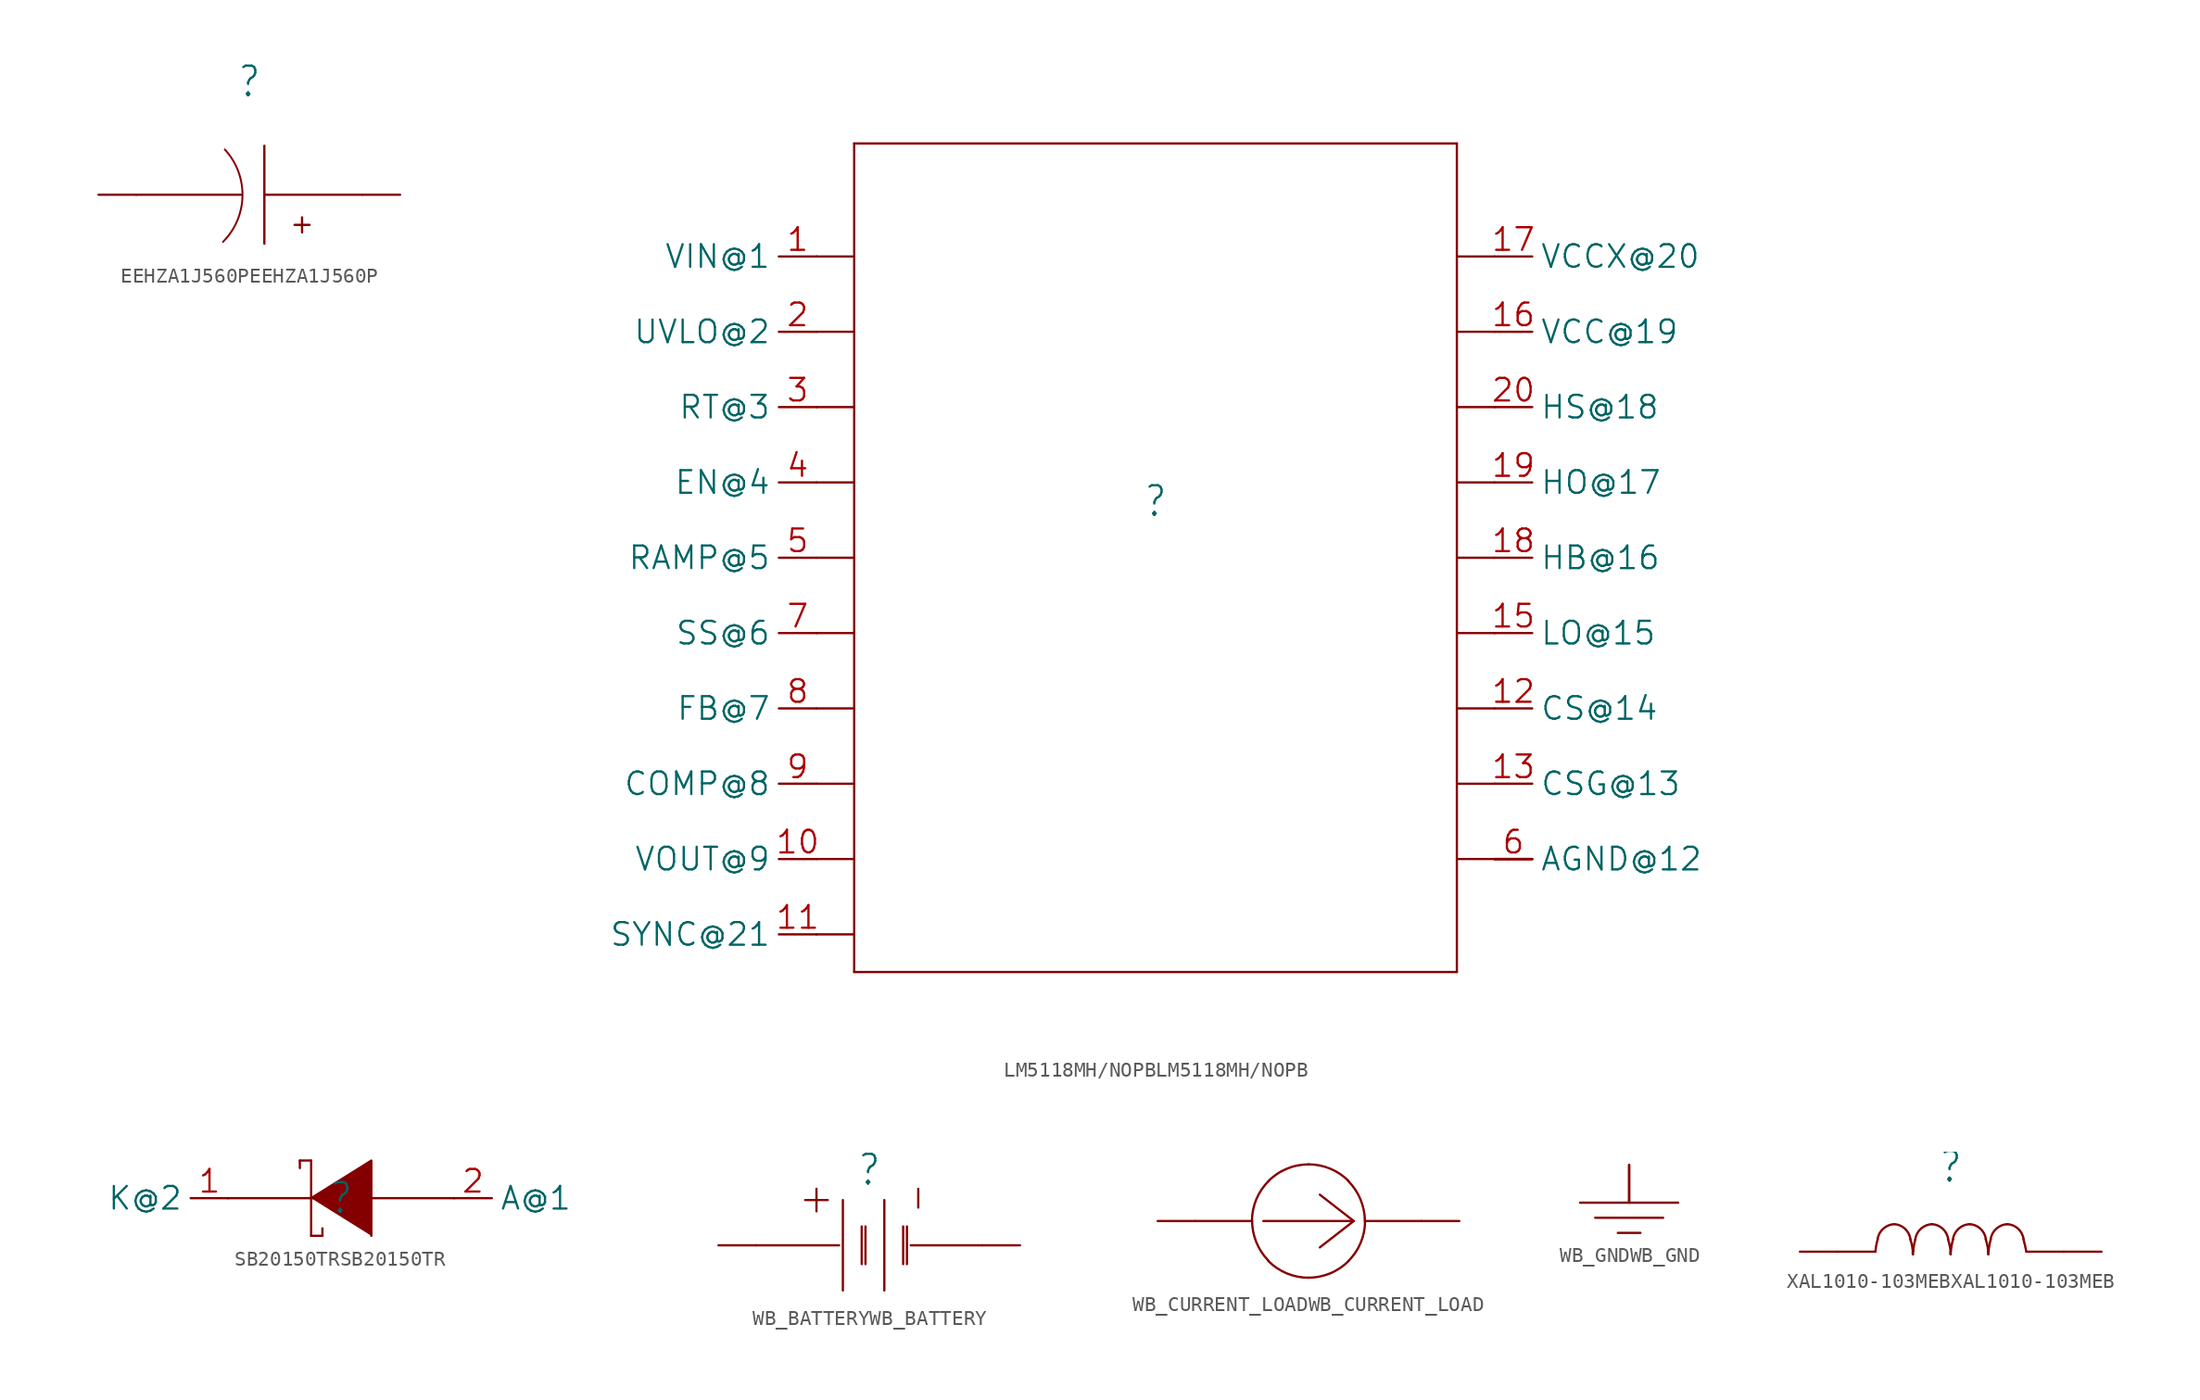
<source format=kicad_sym>
(kicad_symbol_lib
  (version 20241209)
  (generator "kicad_symbol_editor")
  (generator_version "9.0")
  (symbol "EEHZA1J560PEEHZA1J560P"
    (property "Reference" ""
      (at 0 7.62 0)
      (effects (font (size 2 1.7))))
    (property "Value" ""
      (at 0 5.08 0)
      (effects (font (size 2 1.7))))
    (property "ki_locked" ""
      (at 0 0 0)
      (effects (font (size 1.27 1.27))))
    (symbol "EEHZA1J560PEEHZA1J560P_1_0"
      (polyline (pts (xy -7.62 0) (xy -0.508 0)) (stroke (width 0.152) (type solid)) (fill (type none)))
      (arc (start -1.6494 3.0494) (mid -0.458 -0.0899) (end -1.7739 -3.179) (stroke (width 0.127) (type solid)) (fill (type none)))
      (polyline (pts (xy 1.016 0) (xy 7.62 0)) (stroke (width 0.152) (type solid)) (fill (type none)))
      (polyline (pts (xy 1.016 -3.302) (xy 1.016 3.302)) (stroke (width 0.152) (type solid)) (fill (type none)))
      (polyline (pts (xy 3.048 -2.032) (xy 4.064 -2.032)) (stroke (width 0.152) (type solid)) (fill (type none)))
      (polyline (pts (xy 3.556 -2.54) (xy 3.556 -1.524)) (stroke (width 0.152) (type solid)) (fill (type none)))
      (pin passive line (at -7.62 0 180) (length 2.54) (name "-@2" (effects (font (size 0 0)))) (number "2" (effects (font (size 0 0)))))
      (pin passive line (at 7.62 0 0) (length 2.54) (name "+@1" (effects (font (size 0 0)))) (number "1" (effects (font (size 0 0)))))))
  (symbol "LM5118MH/NOPBLM5118MH/NOPB"
    (property "Reference" ""
      (at 0 3.81 0)
      (effects (font (size 2 1.7))))
    (property "Value" ""
      (at 0 -3.81 0)
      (effects (font (size 2 1.7))))
    (property "ki_locked" ""
      (at 0 0 0)
      (effects (font (size 1.27 1.27))))
    (symbol "LM5118MH/NOPBLM5118MH/NOPB_1_0"
      (polyline (pts (xy -22.86 20.32) (xy -20.32 20.32)) (stroke (width 0.152) (type solid)) (fill (type none)))
      (polyline (pts (xy -22.86 15.24) (xy -20.32 15.24)) (stroke (width 0.152) (type solid)) (fill (type none)))
      (polyline (pts (xy -22.86 10.16) (xy -20.32 10.16)) (stroke (width 0.152) (type solid)) (fill (type none)))
      (polyline (pts (xy -22.86 5.08) (xy -20.32 5.08)) (stroke (width 0.152) (type solid)) (fill (type none)))
      (polyline (pts (xy -22.86 0) (xy -20.32 0)) (stroke (width 0.152) (type solid)) (fill (type none)))
      (polyline (pts (xy -22.86 -5.08) (xy -20.32 -5.08)) (stroke (width 0.152) (type solid)) (fill (type none)))
      (polyline (pts (xy -22.86 -10.16) (xy -20.32 -10.16)) (stroke (width 0.152) (type solid)) (fill (type none)))
      (polyline (pts (xy -22.86 -15.24) (xy -20.32 -15.24)) (stroke (width 0.152) (type solid)) (fill (type none)))
      (polyline (pts (xy -22.86 -20.32) (xy -20.32 -20.32)) (stroke (width 0.152) (type solid)) (fill (type none)))
      (polyline (pts (xy -22.86 -25.4) (xy -20.32 -25.4)) (stroke (width 0.152) (type solid)) (fill (type none)))
      (polyline (pts (xy -20.32 27.94) (xy 20.32 27.94)) (stroke (width 0.152) (type solid)) (fill (type none)))
      (polyline (pts (xy -20.32 -27.94) (xy -20.32 27.94)) (stroke (width 0.152) (type solid)) (fill (type none)))
      (polyline (pts (xy 20.32 27.94) (xy 20.32 -27.94)) (stroke (width 0.152) (type solid)) (fill (type none)))
      (polyline (pts (xy 20.32 -27.94) (xy -20.32 -27.94)) (stroke (width 0.152) (type solid)) (fill (type none)))
      (polyline (pts (xy 22.86 20.32) (xy 20.32 20.32)) (stroke (width 0.152) (type solid)) (fill (type none)))
      (polyline (pts (xy 22.86 15.24) (xy 20.32 15.24)) (stroke (width 0.152) (type solid)) (fill (type none)))
      (polyline (pts (xy 22.86 10.16) (xy 20.32 10.16)) (stroke (width 0.152) (type solid)) (fill (type none)))
      (polyline (pts (xy 22.86 5.08) (xy 20.32 5.08)) (stroke (width 0.152) (type solid)) (fill (type none)))
      (polyline (pts (xy 22.86 0) (xy 20.32 0)) (stroke (width 0.152) (type solid)) (fill (type none)))
      (polyline (pts (xy 22.86 -5.08) (xy 20.32 -5.08)) (stroke (width 0.152) (type solid)) (fill (type none)))
      (polyline (pts (xy 22.86 -10.16) (xy 20.32 -10.16)) (stroke (width 0.152) (type solid)) (fill (type none)))
      (polyline (pts (xy 22.86 -15.24) (xy 20.32 -15.24)) (stroke (width 0.152) (type solid)) (fill (type none)))
      (polyline (pts (xy 22.86 -20.32) (xy 20.32 -20.32)) (stroke (width 0.152) (type solid)) (fill (type none)))
      (pin passive line (at -22.86 20.32 180) (length 2.54) (name "VIN@1" (effects (font (size 1.524 1.524)))) (number "1" (effects (font (size 1.524 1.524)))))
      (pin passive line (at -22.86 15.24 180) (length 2.54) (name "UVLO@2" (effects (font (size 1.524 1.524)))) (number "2" (effects (font (size 1.524 1.524)))))
      (pin passive line (at -22.86 10.16 180) (length 2.54) (name "RT@3" (effects (font (size 1.524 1.524)))) (number "3" (effects (font (size 1.524 1.524)))))
      (pin passive line (at -22.86 5.08 180) (length 2.54) (name "EN@4" (effects (font (size 1.524 1.524)))) (number "4" (effects (font (size 1.524 1.524)))))
      (pin passive line (at -22.86 0 180) (length 2.54) (name "RAMP@5" (effects (font (size 1.524 1.524)))) (number "5" (effects (font (size 1.524 1.524)))))
      (pin passive line (at -22.86 -5.08 180) (length 2.54) (name "SS@6" (effects (font (size 1.524 1.524)))) (number "7" (effects (font (size 1.524 1.524)))))
      (pin passive line (at -22.86 -10.16 180) (length 2.54) (name "FB@7" (effects (font (size 1.524 1.524)))) (number "8" (effects (font (size 1.524 1.524)))))
      (pin passive line (at -22.86 -15.24 180) (length 2.54) (name "COMP@8" (effects (font (size 1.524 1.524)))) (number "9" (effects (font (size 1.524 1.524)))))
      (pin passive line (at -22.86 -20.32 180) (length 2.54) (name "VOUT@9" (effects (font (size 1.524 1.524)))) (number "10" (effects (font (size 1.524 1.524)))))
      (pin passive line (at -22.86 -25.4 180) (length 2.54) (name "SYNC@21" (effects (font (size 1.524 1.524)))) (number "11" (effects (font (size 1.524 1.524)))))
      (pin passive line (at 22.86 20.32 0) (length 2.54) (name "VCCX@20" (effects (font (size 1.524 1.524)))) (number "17" (effects (font (size 1.524 1.524)))))
      (pin passive line (at 22.86 15.24 0) (length 2.54) (name "VCC@19" (effects (font (size 1.524 1.524)))) (number "16" (effects (font (size 1.524 1.524)))))
      (pin passive line (at 22.86 10.16 0) (length 2.54) (name "HS@18" (effects (font (size 1.524 1.524)))) (number "20" (effects (font (size 1.524 1.524)))))
      (pin passive line (at 22.86 5.08 0) (length 2.54) (name "HO@17" (effects (font (size 1.524 1.524)))) (number "19" (effects (font (size 1.524 1.524)))))
      (pin passive line (at 22.86 0 0) (length 2.54) (name "HB@16" (effects (font (size 1.524 1.524)))) (number "18" (effects (font (size 1.524 1.524)))))
      (pin passive line (at 22.86 -5.08 0) (length 2.54) (name "LO@15" (effects (font (size 1.524 1.524)))) (number "15" (effects (font (size 1.524 1.524)))))
      (pin passive line (at 22.86 -10.16 0) (length 2.54) (name "CS@14" (effects (font (size 1.524 1.524)))) (number "12" (effects (font (size 1.524 1.524)))))
      (pin passive line (at 22.86 -15.24 0) (length 2.54) (name "CSG@13" (effects (font (size 1.524 1.524)))) (number "13" (effects (font (size 1.524 1.524)))))
      (pin passive line (at 22.86 -20.32 0) (length 2.54) (name "PGND@11" (effects (font (size 0 0)))) (number "14" (effects (font (size 0 0)))))
      (pin passive line (at 22.86 -20.32 0) (length 2.54) (name "EP@10" (effects (font (size 0 0)))) (number "21" (effects (font (size 0 0)))))
      (pin passive line (at 22.86 -20.32 0) (length 2.54) (name "AGND@12" (effects (font (size 1.524 1.524)))) (number "6" (effects (font (size 1.524 1.524)))))))
  (symbol "SB20150TRSB20150TR"
    (property "Reference" ""
      (at 0 0 0)
      (effects (font (size 2 1.7))))
    (property "Value" ""
      (at 0 0 0)
      (effects (font (size 2 1.7))))
    (property "ki_locked" ""
      (at 0 0 0)
      (effects (font (size 1.27 1.27))))
    (symbol "SB20150TRSB20150TR_1_0"
      (polyline (pts (xy -7.62 0) (xy 7.62 0)) (stroke (width 0.152) (type solid)) (fill (type none)))
      (polyline (pts (xy -2.794 2.54) (xy -2.032 2.54)) (stroke (width 0.152) (type solid)) (fill (type none)))
      (polyline (pts (xy -2.794 2.032) (xy -2.794 2.54)) (stroke (width 0.152) (type solid)) (fill (type none)))
      (polyline (pts (xy -2.032 2.54) (xy -2.032 -2.54)) (stroke (width 0.152) (type solid)) (fill (type none)))
      (polyline (pts (xy -2.032 0) (xy 2.032 2.54) (xy 2.032 -2.54)) (stroke (width 0.152) (type solid)) (fill (type outline)))
      (polyline (pts (xy -2.032 -2.54) (xy -1.27 -2.54)) (stroke (width 0.152) (type solid)) (fill (type none)))
      (polyline (pts (xy -1.27 -2.54) (xy -1.27 -2.032)) (stroke (width 0.152) (type solid)) (fill (type none)))
      (pin passive line (at -7.62 0 180) (length 2.54) (name "K@2" (effects (font (size 1.524 1.524)))) (number "1" (effects (font (size 1.524 1.524)))))
      (pin passive line (at 7.62 0 0) (length 2.54) (name "A@1" (effects (font (size 1.524 1.524)))) (number "2" (effects (font (size 1.524 1.524)))))))
  (symbol "WB_BATTERYWB_BATTERY"
    (property "Reference" ""
      (at 0 5.08 0)
      (effects (font (size 2 1.7))))
    (property "ki_locked" ""
      (at 0 0 0)
      (effects (font (size 1.27 1.27))))
    (symbol "WB_BATTERYWB_BATTERY_1_0"
      (polyline (pts (xy -3.556 2.286) (xy -3.556 3.81)) (stroke (width 0.152) (type solid)) (fill (type none)))
      (polyline (pts (xy -2.794 3.048) (xy -4.318 3.048)) (stroke (width 0.152) (type solid)) (fill (type none)))
      (polyline (pts (xy -2.032 0) (xy -7.62 0)) (stroke (width 0.152) (type solid)) (fill (type none)))
      (polyline (pts (xy -1.778 -3.048) (xy -1.778 3.048)) (stroke (width 0.152) (type solid)) (fill (type none)))
      (polyline (pts (xy -0.508 -1.27) (xy -0.508 1.27)) (stroke (width 0.152) (type solid)) (fill (type none)))
      (polyline (pts (xy -0.254 -1.27) (xy -0.254 1.27)) (stroke (width 0.152) (type solid)) (fill (type none)))
      (polyline (pts (xy 1.016 -3.048) (xy 1.016 3.048)) (stroke (width 0.152) (type solid)) (fill (type none)))
      (polyline (pts (xy 2.286 -1.27) (xy 2.286 1.27)) (stroke (width 0.152) (type solid)) (fill (type none)))
      (polyline (pts (xy 2.54 -1.27) (xy 2.54 1.27)) (stroke (width 0.152) (type solid)) (fill (type none)))
      (polyline (pts (xy 3.302 2.54) (xy 3.302 3.81)) (stroke (width 0.152) (type solid)) (fill (type none)))
      (polyline (pts (xy 7.62 0) (xy 2.794 0)) (stroke (width 0.152) (type solid)) (fill (type none)))
      (pin passive line (at -7.62 0 180) (length 2.54) (name "+@1" (effects (font (size 0 0)))) (number "1" (effects (font (size 0 0)))))
      (pin passive line (at 7.62 0 0) (length 2.54) (name "-@2" (effects (font (size 0 0)))) (number "2" (effects (font (size 0 0)))))))
  (symbol "WB_CURRENT_LOADWB_CURRENT_LOAD"
    (property "Reference" ""
      (at 0 0 0)
      (effects (font (size 1.27 1.27)) (hide yes)))
    (property "ki_locked" ""
      (at 0 0 0)
      (effects (font (size 1.27 1.27))))
    (symbol "WB_CURRENT_LOADWB_CURRENT_LOAD_1_0"
      (polyline (pts (xy -3.81 0) (xy -7.62 0)) (stroke (width 0.152) (type solid)) (fill (type none)))
      (arc (start 2.6864 2.6863) (mid 3.5066 1.4522) (end 3.8014 0) (stroke (width 0.1524) (type solid)) (fill (type none)))
      (arc (start -3.8068 0) (mid -3.5196 1.4576) (end -2.6902 2.6901) (stroke (width 0.1524) (type solid)) (fill (type none)))
      (arc (start -2.6967 2.6966) (mid -1.4606 3.5268) (end 0 3.816) (stroke (width 0.1524) (type solid)) (fill (type none)))
      (arc (start 0.0001 3.8219) (mid 1.4615 3.5289) (end 2.7008 2.7008) (stroke (width 0.1524) (type solid)) (fill (type none)))
      (arc (start -0.0001 -3.8219) (mid -1.4615 -3.5289) (end -2.7008 -2.7008) (stroke (width 0.1524) (type solid)) (fill (type none)))
      (arc (start 2.6967 -2.6966) (mid 1.4606 -3.5268) (end 0 -3.816) (stroke (width 0.1524) (type solid)) (fill (type none)))
      (arc (start 3.8068 0) (mid 3.5196 -1.4576) (end 2.6902 -2.6901) (stroke (width 0.1524) (type solid)) (fill (type none)))
      (arc (start -2.6864 -2.6863) (mid -3.5066 -1.4522) (end -3.8014 0) (stroke (width 0.1524) (type solid)) (fill (type none)))
      (polyline (pts (xy 0.762 1.778) (xy 3.048 0)) (stroke (width 0.152) (type solid)) (fill (type none)))
      (polyline (pts (xy 0.762 -1.778) (xy 3.048 0)) (stroke (width 0.152) (type solid)) (fill (type none)))
      (polyline (pts (xy 3.048 0) (xy -3.048 0)) (stroke (width 0.152) (type solid)) (fill (type none)))
      (polyline (pts (xy 7.62 0) (xy 3.81 0)) (stroke (width 0.152) (type solid)) (fill (type none)))
      (pin passive line (at -7.62 0 180) (length 2.54) (name "+@1" (effects (font (size 0 0)))) (number "1" (effects (font (size 0 0)))))
      (pin passive line (at 7.62 0 0) (length 2.54) (name "-@2" (effects (font (size 0 0)))) (number "2" (effects (font (size 0 0)))))))
  (symbol "WB_GNDWB_GND"
    (property "Reference" ""
      (at 0 0 0)
      (effects (font (size 1.27 1.27)) (hide yes)))
    (property "ki_locked" ""
      (at 0 0 0)
      (effects (font (size 1.27 1.27))))
    (symbol "WB_GNDWB_GND_1_0"
      (polyline (pts (xy -3.302 0) (xy 3.302 0)) (stroke (width 0.152) (type solid)) (fill (type none)))
      (polyline (pts (xy -2.286 -1.016) (xy 2.286 -1.016)) (stroke (width 0.152) (type solid)) (fill (type none)))
      (polyline (pts (xy -0.762 -2.032) (xy 0.762 -2.032)) (stroke (width 0.152) (type solid)) (fill (type none)))
      (polyline (pts (xy 0 2.54) (xy 0 0)) (stroke (width 0.152) (type solid)) (fill (type none)))
      (pin passive line (at 0 2.54 270) (length 2.54) (name "1@1" (effects (font (size 0 0)))) (number "1" (effects (font (size 0 0)))))))
  (symbol "XAL1010-103MEBXAL1010-103MEB"
    (property "Reference" ""
      (at 0 5.715 0)
      (effects (font (size 2 1.7))))
    (property "Value" ""
      (at 0 3.175 0)
      (effects (font (size 2 1.7))))
    (property "ki_locked" ""
      (at 0 0 0)
      (effects (font (size 1.27 1.27))))
    (symbol "XAL1010-103MEBXAL1010-103MEB_1_0"
      (arc (start 4.9041 0.8386) (mid 4.9975 0.4586) (end 5.0819 0.0765) (stroke (width 0.1524) (type solid)) (fill (type none)))
      (polyline (pts (xy -7.62 0) (xy -5.08 0)) (stroke (width 0.152) (type solid)) (fill (type none)))
      (arc (start -2.722 0.8367) (mid -2.594 0.3363) (end -2.5444 -0.1778) (stroke (width 0.1524) (type solid)) (fill (type none)))
      (arc (start -3.8098 1.8565) (mid -3.0786 1.5453) (end -2.7155 0.8384) (stroke (width 0.1524) (type solid)) (fill (type none)))
      (arc (start -4.9292 0.8384) (mid -4.5513 1.547) (end -3.81 1.8559) (stroke (width 0.1524) (type solid)) (fill (type none)))
      (arc (start -0.182 0.8367) (mid -0.054 0.3363) (end -0.0044 -0.1778) (stroke (width 0.1524) (type solid)) (fill (type none)))
      (arc (start -2.5449 -0.1803) (mid -2.5666 -0.0889) (end -2.5449 0.0025) (stroke (width 0.1524) (type solid)) (fill (type none)))
      (arc (start -1.2698 1.8565) (mid -0.5386 1.5453) (end -0.1755 0.8384) (stroke (width 0.1524) (type solid)) (fill (type none)))
      (arc (start -2.3892 0.8384) (mid -2.0113 1.547) (end -1.27 1.8559) (stroke (width 0.1524) (type solid)) (fill (type none)))
      (arc (start -5.0711 -0.0006) (mid -5.0179 0.4216) (end -4.9191 0.8356) (stroke (width 0.1524) (type solid)) (fill (type none)))
      (arc (start 2.358 0.8367) (mid 2.4859 0.3363) (end 2.5355 -0.1778) (stroke (width 0.1524) (type solid)) (fill (type none)))
      (arc (start -0.0049 -0.1803) (mid -0.0266 -0.0889) (end -0.0049 0.0025) (stroke (width 0.1524) (type solid)) (fill (type none)))
      (arc (start 1.2701 1.8565) (mid 2.0014 1.5453) (end 2.3645 0.8384) (stroke (width 0.1524) (type solid)) (fill (type none)))
      (arc (start 0.1507 0.8384) (mid 0.5286 1.547) (end 1.2699 1.8559) (stroke (width 0.1524) (type solid)) (fill (type none)))
      (arc (start -2.5311 -0.0006) (mid -2.4779 0.4216) (end -2.3791 0.8356) (stroke (width 0.1524) (type solid)) (fill (type none)))
      (arc (start 2.535 -0.1803) (mid 2.5133 -0.0889) (end 2.535 0.0025) (stroke (width 0.1524) (type solid)) (fill (type none)))
      (arc (start 3.8101 1.8565) (mid 4.5414 1.5453) (end 4.9045 0.8384) (stroke (width 0.1524) (type solid)) (fill (type none)))
      (arc (start 2.6907 0.8384) (mid 3.0686 1.547) (end 3.8099 1.8559) (stroke (width 0.1524) (type solid)) (fill (type none)))
      (arc (start 0.0088 -0.0006) (mid 0.062 0.4216) (end 0.1608 0.8356) (stroke (width 0.1524) (type solid)) (fill (type none)))
      (polyline (pts (xy 5.08 0) (xy 7.62 0)) (stroke (width 0.152) (type solid)) (fill (type none)))
      (arc (start 2.5488 -0.0006) (mid 2.602 0.4216) (end 2.7008 0.8356) (stroke (width 0.1524) (type solid)) (fill (type none)))
      (pin passive line (at -7.62 0 180) (length 2.54) (name "1@1" (effects (font (size 0 0)))) (number "1" (effects (font (size 0 0)))))
      (pin passive line (at 7.62 0 0) (length 2.54) (name "2@2" (effects (font (size 0 0)))) (number "2" (effects (font (size 0 0))))))))
</source>
